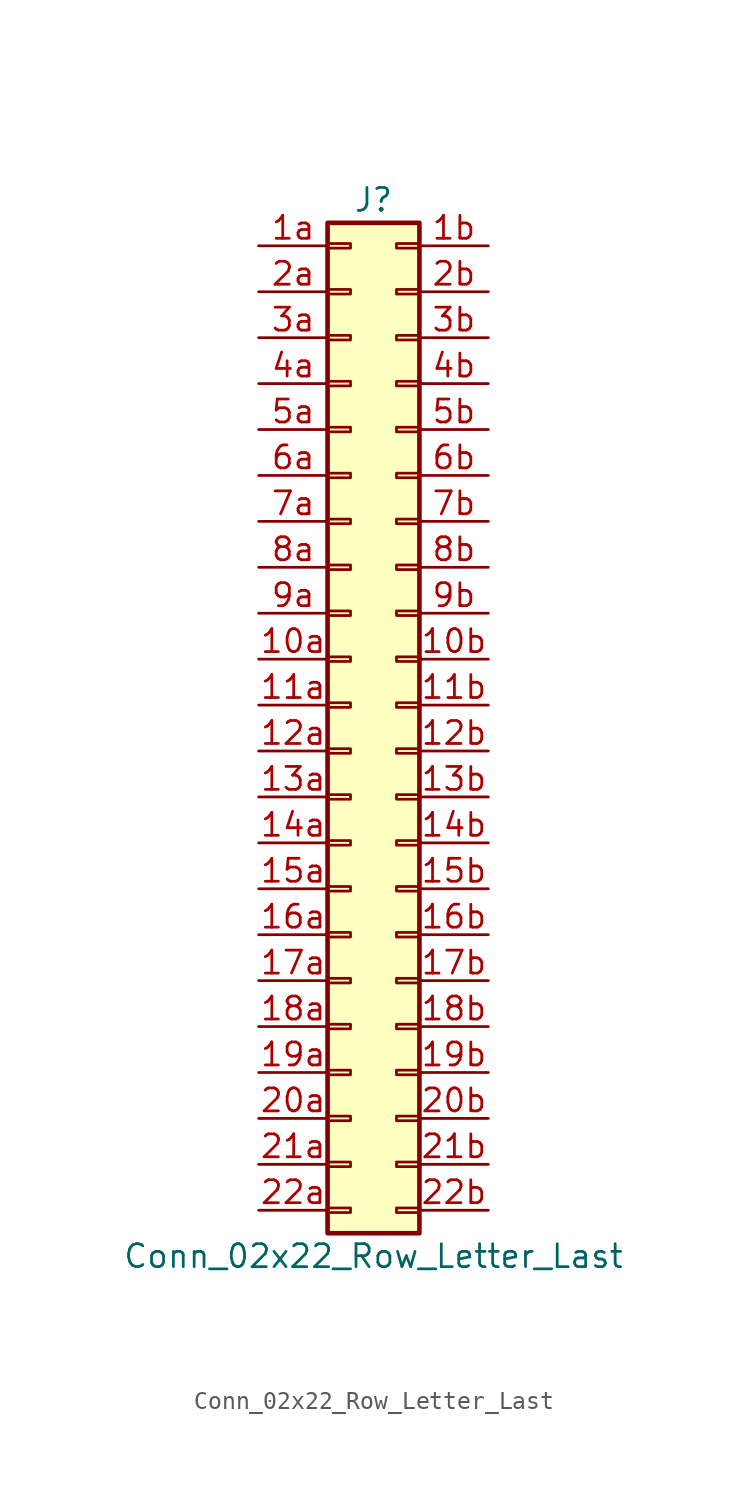
<source format=kicad_sym>
(kicad_symbol_lib
  (version 20220914)
  (generator kicad_symbol_editor)
  (symbol "Conn_02x22_Row_Letter_Last"
    (pin_names
      (offset 1.016) hide)
    (property "Reference" "J"
      (at 1.27 27.94 0)
      (effects (font (size 1.27 1.27))))
    (property "Value" "Conn_02x22_Row_Letter_Last"
      (at 1.27 -30.48 0)
      (effects (font (size 1.27 1.27))))
    (symbol "Conn_02x22_Row_Letter_Last_1_1"
      (rectangle (start -1.27 -27.813) (end 0 -28.067) (stroke (width 0.152) (type solid)) (fill (type none)))
      (rectangle (start -1.27 -25.273) (end 0 -25.527) (stroke (width 0.152) (type solid)) (fill (type none)))
      (rectangle (start -1.27 -22.733) (end 0 -22.987) (stroke (width 0.152) (type solid)) (fill (type none)))
      (rectangle (start -1.27 -20.193) (end 0 -20.447) (stroke (width 0.152) (type solid)) (fill (type none)))
      (rectangle (start -1.27 -17.653) (end 0 -17.907) (stroke (width 0.152) (type solid)) (fill (type none)))
      (rectangle (start -1.27 -15.113) (end 0 -15.367) (stroke (width 0.152) (type solid)) (fill (type none)))
      (rectangle (start -1.27 -12.573) (end 0 -12.827) (stroke (width 0.152) (type solid)) (fill (type none)))
      (rectangle (start -1.27 -10.033) (end 0 -10.287) (stroke (width 0.152) (type solid)) (fill (type none)))
      (rectangle (start -1.27 -7.493) (end 0 -7.747) (stroke (width 0.152) (type solid)) (fill (type none)))
      (rectangle (start -1.27 -4.953) (end 0 -5.207) (stroke (width 0.152) (type solid)) (fill (type none)))
      (rectangle (start -1.27 -2.413) (end 0 -2.667) (stroke (width 0.152) (type solid)) (fill (type none)))
      (rectangle (start -1.27 0.127) (end 0 -0.127) (stroke (width 0.152) (type solid)) (fill (type none)))
      (rectangle (start -1.27 2.667) (end 0 2.413) (stroke (width 0.152) (type solid)) (fill (type none)))
      (rectangle (start -1.27 5.207) (end 0 4.953) (stroke (width 0.152) (type solid)) (fill (type none)))
      (rectangle (start -1.27 7.747) (end 0 7.493) (stroke (width 0.152) (type solid)) (fill (type none)))
      (rectangle (start -1.27 10.287) (end 0 10.033) (stroke (width 0.152) (type solid)) (fill (type none)))
      (rectangle (start -1.27 12.827) (end 0 12.573) (stroke (width 0.152) (type solid)) (fill (type none)))
      (rectangle (start -1.27 15.367) (end 0 15.113) (stroke (width 0.152) (type solid)) (fill (type none)))
      (rectangle (start -1.27 17.907) (end 0 17.653) (stroke (width 0.152) (type solid)) (fill (type none)))
      (rectangle (start -1.27 20.447) (end 0 20.193) (stroke (width 0.152) (type solid)) (fill (type none)))
      (rectangle (start -1.27 22.987) (end 0 22.733) (stroke (width 0.152) (type solid)) (fill (type none)))
      (rectangle (start -1.27 25.527) (end 0 25.273) (stroke (width 0.152) (type solid)) (fill (type none)))
      (rectangle (start -1.27 26.67) (end 3.81 -29.21) (stroke (width 0.254) (type solid)) (fill (type background)))
      (rectangle (start 3.81 -27.813) (end 2.54 -28.067) (stroke (width 0.152) (type solid)) (fill (type none)))
      (rectangle (start 3.81 -25.273) (end 2.54 -25.527) (stroke (width 0.152) (type solid)) (fill (type none)))
      (rectangle (start 3.81 -22.733) (end 2.54 -22.987) (stroke (width 0.152) (type solid)) (fill (type none)))
      (rectangle (start 3.81 -20.193) (end 2.54 -20.447) (stroke (width 0.152) (type solid)) (fill (type none)))
      (rectangle (start 3.81 -17.653) (end 2.54 -17.907) (stroke (width 0.152) (type solid)) (fill (type none)))
      (rectangle (start 3.81 -15.113) (end 2.54 -15.367) (stroke (width 0.152) (type solid)) (fill (type none)))
      (rectangle (start 3.81 -12.573) (end 2.54 -12.827) (stroke (width 0.152) (type solid)) (fill (type none)))
      (rectangle (start 3.81 -10.033) (end 2.54 -10.287) (stroke (width 0.152) (type solid)) (fill (type none)))
      (rectangle (start 3.81 -7.493) (end 2.54 -7.747) (stroke (width 0.152) (type solid)) (fill (type none)))
      (rectangle (start 3.81 -4.953) (end 2.54 -5.207) (stroke (width 0.152) (type solid)) (fill (type none)))
      (rectangle (start 3.81 -2.413) (end 2.54 -2.667) (stroke (width 0.152) (type solid)) (fill (type none)))
      (rectangle (start 3.81 0.127) (end 2.54 -0.127) (stroke (width 0.152) (type solid)) (fill (type none)))
      (rectangle (start 3.81 2.667) (end 2.54 2.413) (stroke (width 0.152) (type solid)) (fill (type none)))
      (rectangle (start 3.81 5.207) (end 2.54 4.953) (stroke (width 0.152) (type solid)) (fill (type none)))
      (rectangle (start 3.81 7.747) (end 2.54 7.493) (stroke (width 0.152) (type solid)) (fill (type none)))
      (rectangle (start 3.81 10.287) (end 2.54 10.033) (stroke (width 0.152) (type solid)) (fill (type none)))
      (rectangle (start 3.81 12.827) (end 2.54 12.573) (stroke (width 0.152) (type solid)) (fill (type none)))
      (rectangle (start 3.81 15.367) (end 2.54 15.113) (stroke (width 0.152) (type solid)) (fill (type none)))
      (rectangle (start 3.81 17.907) (end 2.54 17.653) (stroke (width 0.152) (type solid)) (fill (type none)))
      (rectangle (start 3.81 20.447) (end 2.54 20.193) (stroke (width 0.152) (type solid)) (fill (type none)))
      (rectangle (start 3.81 22.987) (end 2.54 22.733) (stroke (width 0.152) (type solid)) (fill (type none)))
      (rectangle (start 3.81 25.527) (end 2.54 25.273) (stroke (width 0.152) (type solid)) (fill (type none)))
      (pin passive line (at -5.08 2.54 0) (length 3.81) (name "Pin_10a" (effects (font (size 1.27 1.27)))) (number "10a" (effects (font (size 1.27 1.27)))))
      (pin passive line (at 7.62 2.54 180) (length 3.81) (name "Pin_10b" (effects (font (size 1.27 1.27)))) (number "10b" (effects (font (size 1.27 1.27)))))
      (pin passive line (at -5.08 0 0) (length 3.81) (name "Pin_11a" (effects (font (size 1.27 1.27)))) (number "11a" (effects (font (size 1.27 1.27)))))
      (pin passive line (at 7.62 0 180) (length 3.81) (name "Pin_11b" (effects (font (size 1.27 1.27)))) (number "11b" (effects (font (size 1.27 1.27)))))
      (pin passive line (at -5.08 -2.54 0) (length 3.81) (name "Pin_12a" (effects (font (size 1.27 1.27)))) (number "12a" (effects (font (size 1.27 1.27)))))
      (pin passive line (at 7.62 -2.54 180) (length 3.81) (name "Pin_12b" (effects (font (size 1.27 1.27)))) (number "12b" (effects (font (size 1.27 1.27)))))
      (pin passive line (at -5.08 -5.08 0) (length 3.81) (name "Pin_13a" (effects (font (size 1.27 1.27)))) (number "13a" (effects (font (size 1.27 1.27)))))
      (pin passive line (at 7.62 -5.08 180) (length 3.81) (name "Pin_13b" (effects (font (size 1.27 1.27)))) (number "13b" (effects (font (size 1.27 1.27)))))
      (pin passive line (at -5.08 -7.62 0) (length 3.81) (name "Pin_14a" (effects (font (size 1.27 1.27)))) (number "14a" (effects (font (size 1.27 1.27)))))
      (pin passive line (at 7.62 -7.62 180) (length 3.81) (name "Pin_14b" (effects (font (size 1.27 1.27)))) (number "14b" (effects (font (size 1.27 1.27)))))
      (pin passive line (at -5.08 -10.16 0) (length 3.81) (name "Pin_15a" (effects (font (size 1.27 1.27)))) (number "15a" (effects (font (size 1.27 1.27)))))
      (pin passive line (at 7.62 -10.16 180) (length 3.81) (name "Pin_15b" (effects (font (size 1.27 1.27)))) (number "15b" (effects (font (size 1.27 1.27)))))
      (pin passive line (at -5.08 -12.7 0) (length 3.81) (name "Pin_16a" (effects (font (size 1.27 1.27)))) (number "16a" (effects (font (size 1.27 1.27)))))
      (pin passive line (at 7.62 -12.7 180) (length 3.81) (name "Pin_16b" (effects (font (size 1.27 1.27)))) (number "16b" (effects (font (size 1.27 1.27)))))
      (pin passive line (at -5.08 -15.24 0) (length 3.81) (name "Pin_17a" (effects (font (size 1.27 1.27)))) (number "17a" (effects (font (size 1.27 1.27)))))
      (pin passive line (at 7.62 -15.24 180) (length 3.81) (name "Pin_17b" (effects (font (size 1.27 1.27)))) (number "17b" (effects (font (size 1.27 1.27)))))
      (pin passive line (at -5.08 -17.78 0) (length 3.81) (name "Pin_18a" (effects (font (size 1.27 1.27)))) (number "18a" (effects (font (size 1.27 1.27)))))
      (pin passive line (at 7.62 -17.78 180) (length 3.81) (name "Pin_18b" (effects (font (size 1.27 1.27)))) (number "18b" (effects (font (size 1.27 1.27)))))
      (pin passive line (at -5.08 -20.32 0) (length 3.81) (name "Pin_19a" (effects (font (size 1.27 1.27)))) (number "19a" (effects (font (size 1.27 1.27)))))
      (pin passive line (at 7.62 -20.32 180) (length 3.81) (name "Pin_19b" (effects (font (size 1.27 1.27)))) (number "19b" (effects (font (size 1.27 1.27)))))
      (pin passive line (at -5.08 25.4 0) (length 3.81) (name "Pin_1a" (effects (font (size 1.27 1.27)))) (number "1a" (effects (font (size 1.27 1.27)))))
      (pin passive line (at 7.62 25.4 180) (length 3.81) (name "Pin_1b" (effects (font (size 1.27 1.27)))) (number "1b" (effects (font (size 1.27 1.27)))))
      (pin passive line (at -5.08 -22.86 0) (length 3.81) (name "Pin_20a" (effects (font (size 1.27 1.27)))) (number "20a" (effects (font (size 1.27 1.27)))))
      (pin passive line (at 7.62 -22.86 180) (length 3.81) (name "Pin_20b" (effects (font (size 1.27 1.27)))) (number "20b" (effects (font (size 1.27 1.27)))))
      (pin passive line (at -5.08 -25.4 0) (length 3.81) (name "Pin_21a" (effects (font (size 1.27 1.27)))) (number "21a" (effects (font (size 1.27 1.27)))))
      (pin passive line (at 7.62 -25.4 180) (length 3.81) (name "Pin_21b" (effects (font (size 1.27 1.27)))) (number "21b" (effects (font (size 1.27 1.27)))))
      (pin passive line (at -5.08 -27.94 0) (length 3.81) (name "Pin_22a" (effects (font (size 1.27 1.27)))) (number "22a" (effects (font (size 1.27 1.27)))))
      (pin passive line (at 7.62 -27.94 180) (length 3.81) (name "Pin_22b" (effects (font (size 1.27 1.27)))) (number "22b" (effects (font (size 1.27 1.27)))))
      (pin passive line (at -5.08 22.86 0) (length 3.81) (name "Pin_2a" (effects (font (size 1.27 1.27)))) (number "2a" (effects (font (size 1.27 1.27)))))
      (pin passive line (at 7.62 22.86 180) (length 3.81) (name "Pin_2b" (effects (font (size 1.27 1.27)))) (number "2b" (effects (font (size 1.27 1.27)))))
      (pin passive line (at -5.08 20.32 0) (length 3.81) (name "Pin_3a" (effects (font (size 1.27 1.27)))) (number "3a" (effects (font (size 1.27 1.27)))))
      (pin passive line (at 7.62 20.32 180) (length 3.81) (name "Pin_3b" (effects (font (size 1.27 1.27)))) (number "3b" (effects (font (size 1.27 1.27)))))
      (pin passive line (at -5.08 17.78 0) (length 3.81) (name "Pin_4a" (effects (font (size 1.27 1.27)))) (number "4a" (effects (font (size 1.27 1.27)))))
      (pin passive line (at 7.62 17.78 180) (length 3.81) (name "Pin_4b" (effects (font (size 1.27 1.27)))) (number "4b" (effects (font (size 1.27 1.27)))))
      (pin passive line (at -5.08 15.24 0) (length 3.81) (name "Pin_5a" (effects (font (size 1.27 1.27)))) (number "5a" (effects (font (size 1.27 1.27)))))
      (pin passive line (at 7.62 15.24 180) (length 3.81) (name "Pin_5b" (effects (font (size 1.27 1.27)))) (number "5b" (effects (font (size 1.27 1.27)))))
      (pin passive line (at -5.08 12.7 0) (length 3.81) (name "Pin_6a" (effects (font (size 1.27 1.27)))) (number "6a" (effects (font (size 1.27 1.27)))))
      (pin passive line (at 7.62 12.7 180) (length 3.81) (name "Pin_6b" (effects (font (size 1.27 1.27)))) (number "6b" (effects (font (size 1.27 1.27)))))
      (pin passive line (at -5.08 10.16 0) (length 3.81) (name "Pin_7a" (effects (font (size 1.27 1.27)))) (number "7a" (effects (font (size 1.27 1.27)))))
      (pin passive line (at 7.62 10.16 180) (length 3.81) (name "Pin_7b" (effects (font (size 1.27 1.27)))) (number "7b" (effects (font (size 1.27 1.27)))))
      (pin passive line (at -5.08 7.62 0) (length 3.81) (name "Pin_8a" (effects (font (size 1.27 1.27)))) (number "8a" (effects (font (size 1.27 1.27)))))
      (pin passive line (at 7.62 7.62 180) (length 3.81) (name "Pin_8b" (effects (font (size 1.27 1.27)))) (number "8b" (effects (font (size 1.27 1.27)))))
      (pin passive line (at -5.08 5.08 0) (length 3.81) (name "Pin_9a" (effects (font (size 1.27 1.27)))) (number "9a" (effects (font (size 1.27 1.27)))))
      (pin passive line (at 7.62 5.08 180) (length 3.81) (name "Pin_9b" (effects (font (size 1.27 1.27)))) (number "9b" (effects (font (size 1.27 1.27))))))))
</source>
